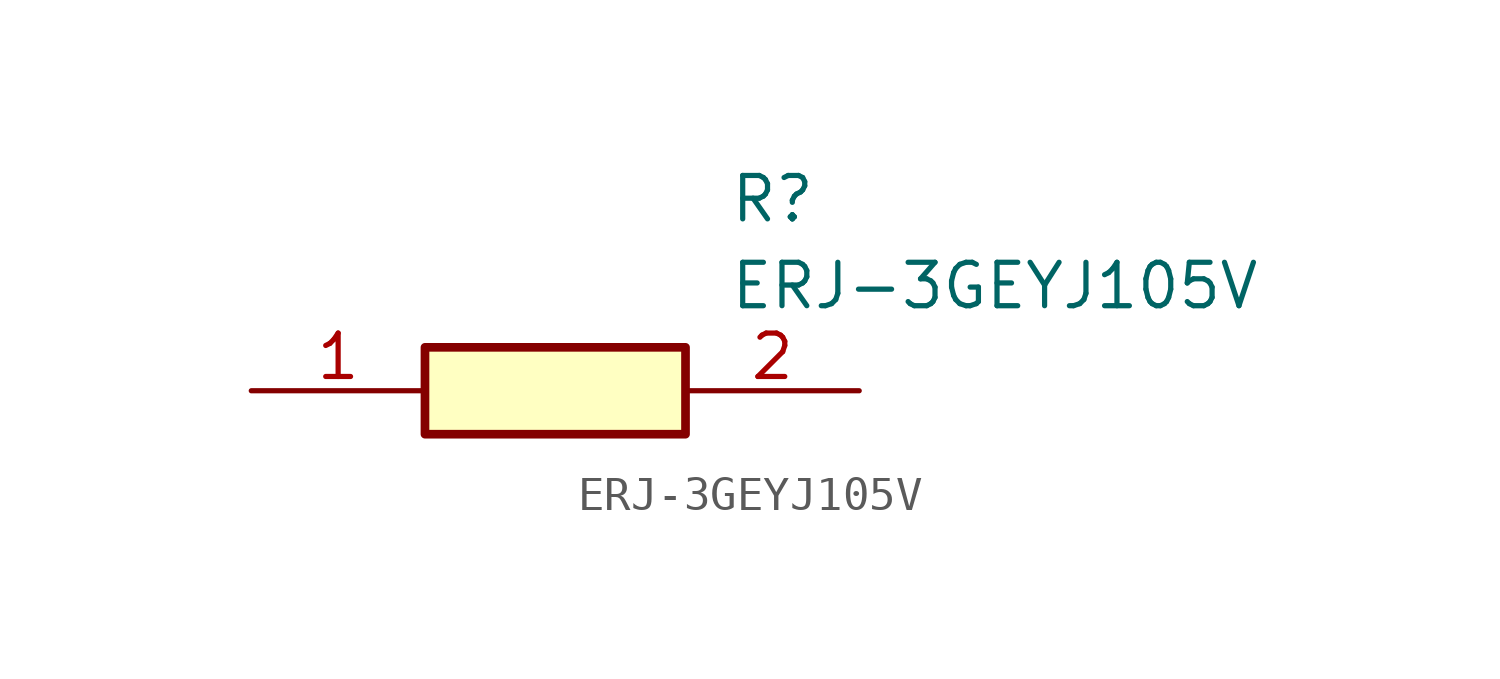
<source format=kicad_sym>
(kicad_symbol_lib
  (version 20211014)
  (generator SamacSys_ECAD_Model)
  (symbol "ERJ-3GEYJ105V"
    (pin_names hide)
    (property "Reference" "R"
      (at 13.97 6.35 0)
      (effects (font (size 1.27 1.27)) (justify left top)))
    (property "Value" "ERJ-3GEYJ105V"
      (at 13.97 3.81 0)
      (effects (font (size 1.27 1.27)) (justify left top)))
    (rectangle
      (start 5.08 1.27)
      (end 12.7 -1.27)
      (stroke (width 0.254) (type default))
      (fill (type background)))
    (pin passive line
      (at 0 0 0)
      (length 5.08)
      (name "1" (effects (font (size 1.27 1.27))))
      (number "1" (effects (font (size 1.27 1.27)))))
    (pin passive line
      (at 17.78 0 180)
      (length 5.08)
      (name "2" (effects (font (size 1.27 1.27))))
      (number "2" (effects (font (size 1.27 1.27)))))))
</source>
